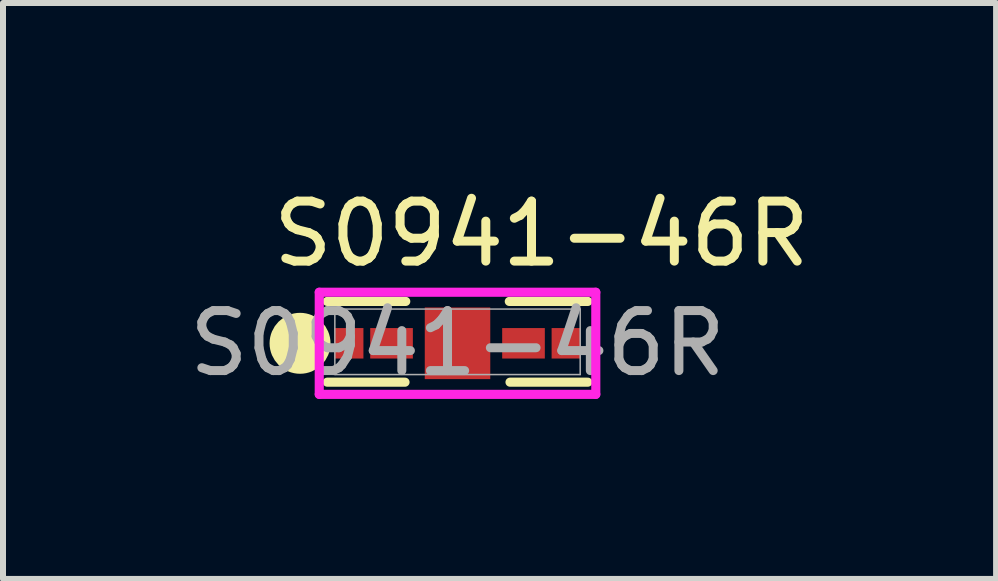
<source format=kicad_pcb>
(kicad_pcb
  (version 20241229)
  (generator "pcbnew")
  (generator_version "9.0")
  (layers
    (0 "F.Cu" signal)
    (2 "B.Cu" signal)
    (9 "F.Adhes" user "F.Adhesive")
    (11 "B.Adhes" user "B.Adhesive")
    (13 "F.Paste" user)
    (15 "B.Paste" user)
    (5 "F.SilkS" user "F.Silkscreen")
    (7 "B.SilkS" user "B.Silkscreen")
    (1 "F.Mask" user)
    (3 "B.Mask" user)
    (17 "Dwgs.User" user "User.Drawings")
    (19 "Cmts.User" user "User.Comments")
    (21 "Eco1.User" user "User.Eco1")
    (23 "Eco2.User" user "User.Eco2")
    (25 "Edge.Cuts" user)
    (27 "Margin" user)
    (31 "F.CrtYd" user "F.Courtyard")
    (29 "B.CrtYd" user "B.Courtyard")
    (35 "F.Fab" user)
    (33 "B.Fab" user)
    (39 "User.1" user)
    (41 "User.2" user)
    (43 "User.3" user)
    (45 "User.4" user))
  (footprint "S0941-46R"
    (layer "F.Cu")
    (at 4.577 2.648)
    (property "Reference" "S0941-46R" (at 1.4 -1.8 0) (unlocked yes) (layer "F.SilkS") (effects (font (size 1 1) (thickness 0.15))))
    (attr smd)
    (fp_line (start -2.172 0.673) (end -0.875 0.673) (stroke (width 0.152) (type solid)) (layer "F.SilkS"))
    (fp_line (start -0.863 -0.673) (end -2.172 -0.673) (stroke (width 0.152) (type solid)) (layer "F.SilkS"))
    (fp_line (start 0.875 0.673) (end 2.172 0.673) (stroke (width 0.152) (type solid)) (layer "F.SilkS"))
    (fp_line (start 2.172 -0.673) (end 0.863 -0.673) (stroke (width 0.152) (type solid)) (layer "F.SilkS"))
    (fp_circle (center -2.625 0.025) (end -2.625 0.025) (stroke (width 0.508) (type solid)) (fill no) (layer "F.SilkS"))
    (fp_line (start -2.305 -0.826) (end -2.305 0.876) (stroke (width 0.152) (type solid)) (layer "F.CrtYd"))
    (fp_line (start -2.305 0.876) (end 2.305 0.876) (stroke (width 0.152) (type solid)) (layer "F.CrtYd"))
    (fp_line (start 2.305 -0.826) (end -2.305 -0.826) (stroke (width 0.152) (type solid)) (layer "F.CrtYd"))
    (fp_line (start 2.305 0.876) (end 2.305 -0.826) (stroke (width 0.152) (type solid)) (layer "F.CrtYd"))
    (fp_line (start -2.045 -0.546) (end -2.045 0.546) (stroke (width 0.025) (type solid)) (layer "F.Fab"))
    (fp_line (start -2.045 0.546) (end 2.045 0.546) (stroke (width 0.025) (type solid)) (layer "F.Fab"))
    (fp_line (start 2.045 -0.546) (end -2.045 -0.546) (stroke (width 0.025) (type solid)) (layer "F.Fab"))
    (fp_line (start 2.045 0.546) (end 2.045 -0.546) (stroke (width 0.025) (type solid)) (layer "F.Fab"))
    (fp_text user "${REFERENCE}" (at 0 0.025 0) (unlocked yes) (layer "F.Fab") (effects (font (size 1 1) (thickness 0.15))))
    (pad "1" smd rect (at -1.81 0.025) (size 0.483 0.508) (layers "F.Cu" "F.Mask" "F.Paste"))
    (pad "2" smd rect (at -1.1 0.025) (size 0.711 0.508) (layers "F.Cu" "F.Mask" "F.Paste"))
    (pad "3" smd rect (at 0 0.025) (size 1.092 1.194) (layers "F.Cu" "F.Mask" "F.Paste"))
    (pad "4" smd rect (at 1.1 0.025) (size 0.711 0.508) (layers "F.Cu" "F.Mask" "F.Paste"))
    (pad "5" smd rect (at 1.81 0.025) (size 0.483 0.508) (layers "F.Cu" "F.Mask" "F.Paste")))
  (gr_rect
    (start -3 -3)
    (end 13.555 6.601)
    (stroke (width 0.1) (type default))
    (fill no)
    (layer "Edge.Cuts")))
</source>
